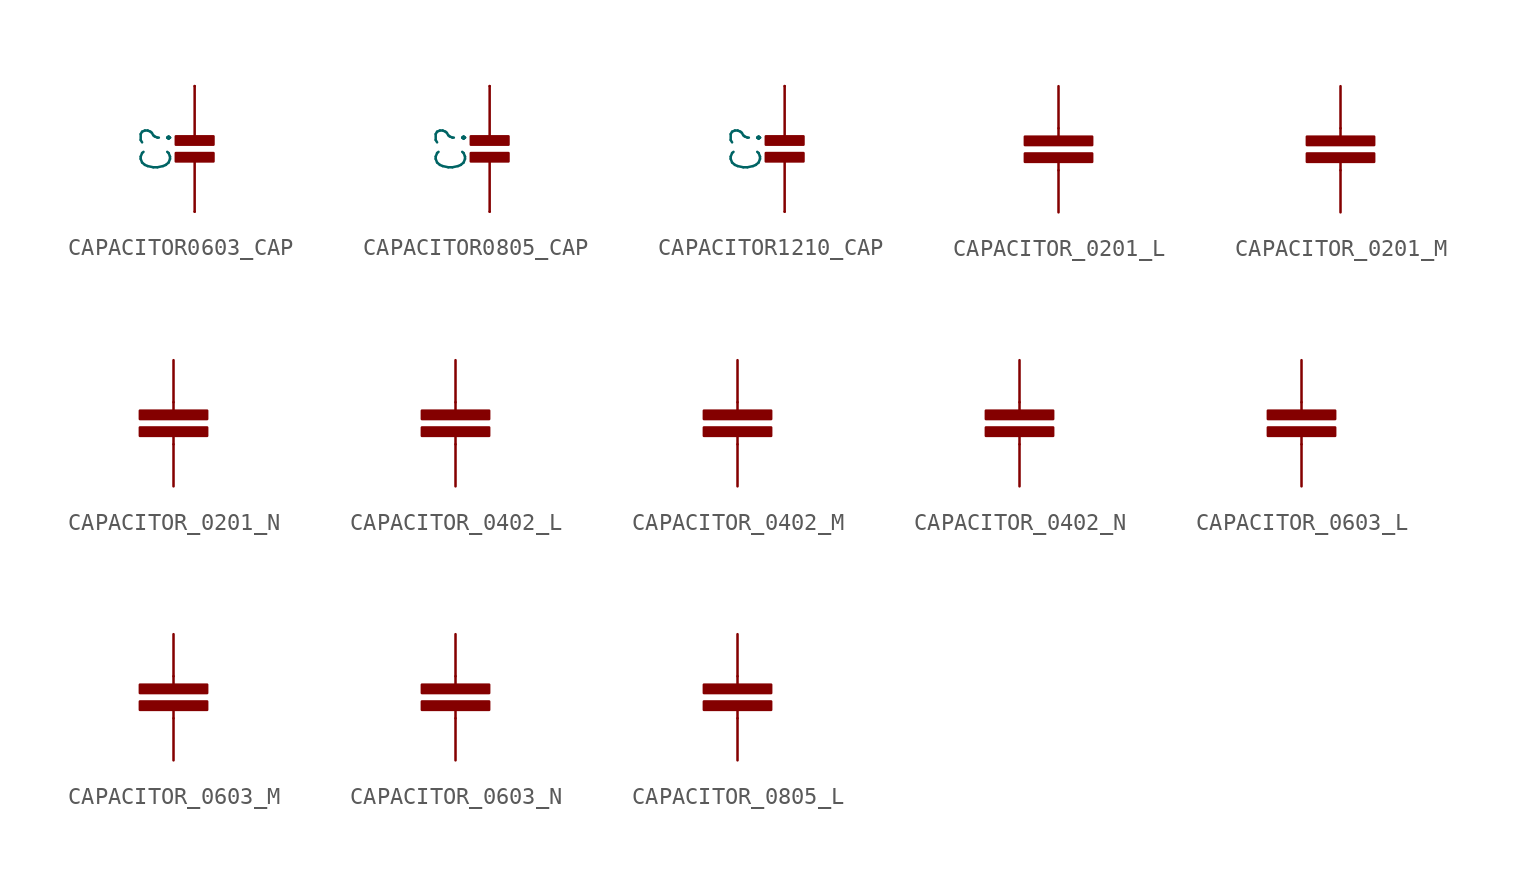
<source format=kicad_sym>
(kicad_symbol_lib
  (version 20231120)
  (generator "kicad_symbol_editor")
  (generator_version "8.0")
  (symbol "CAPACITOR0603_CAP"
    (property "Reference" "C"
      (at -1.27 -1.27 90)
      (effects (font (size 1.778 1.511)) (justify bottom)))
    (property "Value" ""
      (at 1.27 -1.27 90)
      (effects (font (size 1.778 1.511)) (justify top)))
    (property "ki_locked" ""
      (at 0 0 0)
      (effects (font (size 1.27 1.27))))
    (symbol "CAPACITOR0603_CAP_1_0"
      (rectangle (start -1.143 -2.032) (end 1.143 -1.524) (stroke (width 0) (type default)) (fill (type outline)))
      (rectangle (start -1.143 -1.016) (end 1.143 -0.508) (stroke (width 0) (type default)) (fill (type outline)))
      (polyline (pts (xy 0 -5.08) (xy 0 -1.778)) (stroke (width 0.152) (type solid)) (fill (type none)))
      (polyline (pts (xy 0 2.54) (xy 0 -0.508)) (stroke (width 0.152) (type solid)) (fill (type none)))
      (pin bidirectional line (at 0 2.54 270) (length 0) (name "1" (effects (font (size 0 0)))) (number "1" (effects (font (size 0 0)))))
      (pin bidirectional line (at 0 -5.08 90) (length 0) (name "2" (effects (font (size 0 0)))) (number "2" (effects (font (size 0 0)))))))
  (symbol "CAPACITOR0805_CAP"
    (property "Reference" "C"
      (at -1.27 -1.27 90)
      (effects (font (size 1.778 1.511)) (justify bottom)))
    (property "Value" ""
      (at 1.27 -1.27 90)
      (effects (font (size 1.778 1.511)) (justify top)))
    (property "ki_locked" ""
      (at 0 0 0)
      (effects (font (size 1.27 1.27))))
    (symbol "CAPACITOR0805_CAP_1_0"
      (rectangle (start -1.143 -2.032) (end 1.143 -1.524) (stroke (width 0) (type default)) (fill (type outline)))
      (rectangle (start -1.143 -1.016) (end 1.143 -0.508) (stroke (width 0) (type default)) (fill (type outline)))
      (polyline (pts (xy 0 -5.08) (xy 0 -1.778)) (stroke (width 0.152) (type solid)) (fill (type none)))
      (polyline (pts (xy 0 2.54) (xy 0 -0.508)) (stroke (width 0.152) (type solid)) (fill (type none)))
      (pin bidirectional line (at 0 2.54 270) (length 0) (name "1" (effects (font (size 0 0)))) (number "P$1" (effects (font (size 0 0)))))
      (pin bidirectional line (at 0 -5.08 90) (length 0) (name "2" (effects (font (size 0 0)))) (number "P$2" (effects (font (size 0 0)))))))
  (symbol "CAPACITOR1210_CAP"
    (property "Reference" "C"
      (at -1.27 -1.27 90)
      (effects (font (size 1.778 1.511)) (justify bottom)))
    (property "Value" ""
      (at 1.27 -1.27 90)
      (effects (font (size 1.778 1.511)) (justify top)))
    (property "ki_locked" ""
      (at 0 0 0)
      (effects (font (size 1.27 1.27))))
    (symbol "CAPACITOR1210_CAP_1_0"
      (rectangle (start -1.143 -2.032) (end 1.143 -1.524) (stroke (width 0) (type default)) (fill (type outline)))
      (rectangle (start -1.143 -1.016) (end 1.143 -0.508) (stroke (width 0) (type default)) (fill (type outline)))
      (polyline (pts (xy 0 -5.08) (xy 0 -1.778)) (stroke (width 0.152) (type solid)) (fill (type none)))
      (polyline (pts (xy 0 2.54) (xy 0 -0.508)) (stroke (width 0.152) (type solid)) (fill (type none)))
      (pin bidirectional line (at 0 2.54 270) (length 0) (name "1" (effects (font (size 0 0)))) (number "1" (effects (font (size 0 0)))))
      (pin bidirectional line (at 0 -5.08 90) (length 0) (name "2" (effects (font (size 0 0)))) (number "2" (effects (font (size 0 0)))))))
  (symbol "CAPACITOR_0201_L"
    (property "Reference" ""
      (at 1.524 0.381 0)
      (effects (font (size 1.778 1.511)) (justify left bottom) (hide yes)))
    (property "Value" ""
      (at 1.524 -4.699 0)
      (effects (font (size 1.778 1.511)) (justify left bottom)))
    (property "ki_locked" ""
      (at 0 0 0)
      (effects (font (size 1.27 1.27))))
    (symbol "CAPACITOR_0201_L_1_0"
      (rectangle (start -2.032 -2.032) (end 2.032 -1.524) (stroke (width 0) (type default)) (fill (type outline)))
      (rectangle (start -2.032 -1.016) (end 2.032 -0.508) (stroke (width 0) (type default)) (fill (type outline)))
      (polyline (pts (xy 0 -2.54) (xy 0 -2.032)) (stroke (width 0.152) (type solid)) (fill (type none)))
      (polyline (pts (xy 0 0) (xy 0 -0.508)) (stroke (width 0.152) (type solid)) (fill (type none)))
      (pin passive line (at 0 2.54 270) (length 2.54) (name "1" (effects (font (size 0 0)))) (number "1" (effects (font (size 0 0)))))
      (pin passive line (at 0 -5.08 90) (length 2.54) (name "2" (effects (font (size 0 0)))) (number "2" (effects (font (size 0 0)))))))
  (symbol "CAPACITOR_0201_M"
    (property "Reference" ""
      (at 1.524 0.381 0)
      (effects (font (size 1.778 1.511)) (justify left bottom) (hide yes)))
    (property "Value" ""
      (at 1.524 -4.699 0)
      (effects (font (size 1.778 1.511)) (justify left bottom)))
    (property "ki_locked" ""
      (at 0 0 0)
      (effects (font (size 1.27 1.27))))
    (symbol "CAPACITOR_0201_M_1_0"
      (rectangle (start -2.032 -2.032) (end 2.032 -1.524) (stroke (width 0) (type default)) (fill (type outline)))
      (rectangle (start -2.032 -1.016) (end 2.032 -0.508) (stroke (width 0) (type default)) (fill (type outline)))
      (polyline (pts (xy 0 -2.54) (xy 0 -2.032)) (stroke (width 0.152) (type solid)) (fill (type none)))
      (polyline (pts (xy 0 0) (xy 0 -0.508)) (stroke (width 0.152) (type solid)) (fill (type none)))
      (pin passive line (at 0 2.54 270) (length 2.54) (name "1" (effects (font (size 0 0)))) (number "1" (effects (font (size 0 0)))))
      (pin passive line (at 0 -5.08 90) (length 2.54) (name "2" (effects (font (size 0 0)))) (number "2" (effects (font (size 0 0)))))))
  (symbol "CAPACITOR_0201_N"
    (property "Reference" ""
      (at 1.524 0.381 0)
      (effects (font (size 1.778 1.511)) (justify left bottom) (hide yes)))
    (property "Value" ""
      (at 1.524 -4.699 0)
      (effects (font (size 1.778 1.511)) (justify left bottom)))
    (property "ki_locked" ""
      (at 0 0 0)
      (effects (font (size 1.27 1.27))))
    (symbol "CAPACITOR_0201_N_1_0"
      (rectangle (start -2.032 -2.032) (end 2.032 -1.524) (stroke (width 0) (type default)) (fill (type outline)))
      (rectangle (start -2.032 -1.016) (end 2.032 -0.508) (stroke (width 0) (type default)) (fill (type outline)))
      (polyline (pts (xy 0 -2.54) (xy 0 -2.032)) (stroke (width 0.152) (type solid)) (fill (type none)))
      (polyline (pts (xy 0 0) (xy 0 -0.508)) (stroke (width 0.152) (type solid)) (fill (type none)))
      (pin passive line (at 0 2.54 270) (length 2.54) (name "1" (effects (font (size 0 0)))) (number "1" (effects (font (size 0 0)))))
      (pin passive line (at 0 -5.08 90) (length 2.54) (name "2" (effects (font (size 0 0)))) (number "2" (effects (font (size 0 0)))))))
  (symbol "CAPACITOR_0402_L"
    (property "Reference" ""
      (at 1.524 0.381 0)
      (effects (font (size 1.778 1.511)) (justify left bottom) (hide yes)))
    (property "Value" ""
      (at 1.524 -4.699 0)
      (effects (font (size 1.778 1.511)) (justify left bottom)))
    (property "ki_locked" ""
      (at 0 0 0)
      (effects (font (size 1.27 1.27))))
    (symbol "CAPACITOR_0402_L_1_0"
      (rectangle (start -2.032 -2.032) (end 2.032 -1.524) (stroke (width 0) (type default)) (fill (type outline)))
      (rectangle (start -2.032 -1.016) (end 2.032 -0.508) (stroke (width 0) (type default)) (fill (type outline)))
      (polyline (pts (xy 0 -2.54) (xy 0 -2.032)) (stroke (width 0.152) (type solid)) (fill (type none)))
      (polyline (pts (xy 0 0) (xy 0 -0.508)) (stroke (width 0.152) (type solid)) (fill (type none)))
      (pin passive line (at 0 2.54 270) (length 2.54) (name "1" (effects (font (size 0 0)))) (number "1" (effects (font (size 0 0)))))
      (pin passive line (at 0 -5.08 90) (length 2.54) (name "2" (effects (font (size 0 0)))) (number "2" (effects (font (size 0 0)))))))
  (symbol "CAPACITOR_0402_M"
    (property "Reference" ""
      (at 1.524 0.381 0)
      (effects (font (size 1.778 1.511)) (justify left bottom) (hide yes)))
    (property "Value" ""
      (at 1.524 -4.699 0)
      (effects (font (size 1.778 1.511)) (justify left bottom)))
    (property "ki_locked" ""
      (at 0 0 0)
      (effects (font (size 1.27 1.27))))
    (symbol "CAPACITOR_0402_M_1_0"
      (rectangle (start -2.032 -2.032) (end 2.032 -1.524) (stroke (width 0) (type default)) (fill (type outline)))
      (rectangle (start -2.032 -1.016) (end 2.032 -0.508) (stroke (width 0) (type default)) (fill (type outline)))
      (polyline (pts (xy 0 -2.54) (xy 0 -2.032)) (stroke (width 0.152) (type solid)) (fill (type none)))
      (polyline (pts (xy 0 0) (xy 0 -0.508)) (stroke (width 0.152) (type solid)) (fill (type none)))
      (pin passive line (at 0 2.54 270) (length 2.54) (name "1" (effects (font (size 0 0)))) (number "1" (effects (font (size 0 0)))))
      (pin passive line (at 0 -5.08 90) (length 2.54) (name "2" (effects (font (size 0 0)))) (number "2" (effects (font (size 0 0)))))))
  (symbol "CAPACITOR_0402_N"
    (property "Reference" ""
      (at 1.524 0.381 0)
      (effects (font (size 1.778 1.511)) (justify left bottom) (hide yes)))
    (property "Value" ""
      (at 1.524 -4.699 0)
      (effects (font (size 1.778 1.511)) (justify left bottom)))
    (property "ki_locked" ""
      (at 0 0 0)
      (effects (font (size 1.27 1.27))))
    (symbol "CAPACITOR_0402_N_1_0"
      (rectangle (start -2.032 -2.032) (end 2.032 -1.524) (stroke (width 0) (type default)) (fill (type outline)))
      (rectangle (start -2.032 -1.016) (end 2.032 -0.508) (stroke (width 0) (type default)) (fill (type outline)))
      (polyline (pts (xy 0 -2.54) (xy 0 -2.032)) (stroke (width 0.152) (type solid)) (fill (type none)))
      (polyline (pts (xy 0 0) (xy 0 -0.508)) (stroke (width 0.152) (type solid)) (fill (type none)))
      (pin passive line (at 0 2.54 270) (length 2.54) (name "1" (effects (font (size 0 0)))) (number "1" (effects (font (size 0 0)))))
      (pin passive line (at 0 -5.08 90) (length 2.54) (name "2" (effects (font (size 0 0)))) (number "2" (effects (font (size 0 0)))))))
  (symbol "CAPACITOR_0603_L"
    (property "Reference" ""
      (at 1.524 0.381 0)
      (effects (font (size 1.778 1.511)) (justify left bottom) (hide yes)))
    (property "Value" ""
      (at 1.524 -4.699 0)
      (effects (font (size 1.778 1.511)) (justify left bottom)))
    (property "ki_locked" ""
      (at 0 0 0)
      (effects (font (size 1.27 1.27))))
    (symbol "CAPACITOR_0603_L_1_0"
      (rectangle (start -2.032 -2.032) (end 2.032 -1.524) (stroke (width 0) (type default)) (fill (type outline)))
      (rectangle (start -2.032 -1.016) (end 2.032 -0.508) (stroke (width 0) (type default)) (fill (type outline)))
      (polyline (pts (xy 0 -2.54) (xy 0 -2.032)) (stroke (width 0.152) (type solid)) (fill (type none)))
      (polyline (pts (xy 0 0) (xy 0 -0.508)) (stroke (width 0.152) (type solid)) (fill (type none)))
      (pin passive line (at 0 2.54 270) (length 2.54) (name "1" (effects (font (size 0 0)))) (number "1" (effects (font (size 0 0)))))
      (pin passive line (at 0 -5.08 90) (length 2.54) (name "2" (effects (font (size 0 0)))) (number "2" (effects (font (size 0 0)))))))
  (symbol "CAPACITOR_0603_M"
    (property "Reference" ""
      (at 1.524 0.381 0)
      (effects (font (size 1.778 1.511)) (justify left bottom) (hide yes)))
    (property "Value" ""
      (at 1.524 -4.699 0)
      (effects (font (size 1.778 1.511)) (justify left bottom)))
    (property "ki_locked" ""
      (at 0 0 0)
      (effects (font (size 1.27 1.27))))
    (symbol "CAPACITOR_0603_M_1_0"
      (rectangle (start -2.032 -2.032) (end 2.032 -1.524) (stroke (width 0) (type default)) (fill (type outline)))
      (rectangle (start -2.032 -1.016) (end 2.032 -0.508) (stroke (width 0) (type default)) (fill (type outline)))
      (polyline (pts (xy 0 -2.54) (xy 0 -2.032)) (stroke (width 0.152) (type solid)) (fill (type none)))
      (polyline (pts (xy 0 0) (xy 0 -0.508)) (stroke (width 0.152) (type solid)) (fill (type none)))
      (pin passive line (at 0 2.54 270) (length 2.54) (name "1" (effects (font (size 0 0)))) (number "1" (effects (font (size 0 0)))))
      (pin passive line (at 0 -5.08 90) (length 2.54) (name "2" (effects (font (size 0 0)))) (number "2" (effects (font (size 0 0)))))))
  (symbol "CAPACITOR_0603_N"
    (property "Reference" ""
      (at 1.524 0.381 0)
      (effects (font (size 1.778 1.511)) (justify left bottom) (hide yes)))
    (property "Value" ""
      (at 1.524 -4.699 0)
      (effects (font (size 1.778 1.511)) (justify left bottom)))
    (property "ki_locked" ""
      (at 0 0 0)
      (effects (font (size 1.27 1.27))))
    (symbol "CAPACITOR_0603_N_1_0"
      (rectangle (start -2.032 -2.032) (end 2.032 -1.524) (stroke (width 0) (type default)) (fill (type outline)))
      (rectangle (start -2.032 -1.016) (end 2.032 -0.508) (stroke (width 0) (type default)) (fill (type outline)))
      (polyline (pts (xy 0 -2.54) (xy 0 -2.032)) (stroke (width 0.152) (type solid)) (fill (type none)))
      (polyline (pts (xy 0 0) (xy 0 -0.508)) (stroke (width 0.152) (type solid)) (fill (type none)))
      (pin passive line (at 0 2.54 270) (length 2.54) (name "1" (effects (font (size 0 0)))) (number "1" (effects (font (size 0 0)))))
      (pin passive line (at 0 -5.08 90) (length 2.54) (name "2" (effects (font (size 0 0)))) (number "2" (effects (font (size 0 0)))))))
  (symbol "CAPACITOR_0805_L"
    (property "Reference" ""
      (at 1.524 0.381 0)
      (effects (font (size 1.778 1.511)) (justify left bottom) (hide yes)))
    (property "Value" ""
      (at 1.524 -4.699 0)
      (effects (font (size 1.778 1.511)) (justify left bottom)))
    (property "ki_locked" ""
      (at 0 0 0)
      (effects (font (size 1.27 1.27))))
    (symbol "CAPACITOR_0805_L_1_0"
      (rectangle (start -2.032 -2.032) (end 2.032 -1.524) (stroke (width 0) (type default)) (fill (type outline)))
      (rectangle (start -2.032 -1.016) (end 2.032 -0.508) (stroke (width 0) (type default)) (fill (type outline)))
      (polyline (pts (xy 0 -2.54) (xy 0 -2.032)) (stroke (width 0.152) (type solid)) (fill (type none)))
      (polyline (pts (xy 0 0) (xy 0 -0.508)) (stroke (width 0.152) (type solid)) (fill (type none)))
      (pin passive line (at 0 2.54 270) (length 2.54) (name "1" (effects (font (size 0 0)))) (number "1" (effects (font (size 0 0)))))
      (pin passive line (at 0 -5.08 90) (length 2.54) (name "2" (effects (font (size 0 0)))) (number "2" (effects (font (size 0 0))))))))
</source>
